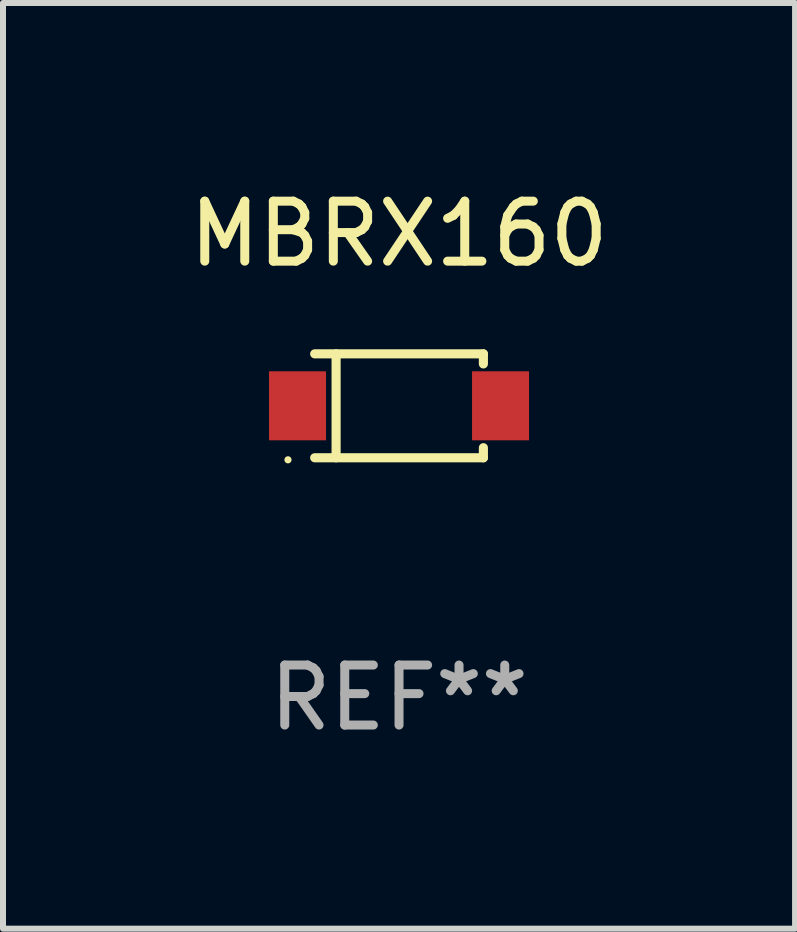
<source format=kicad_pcb>
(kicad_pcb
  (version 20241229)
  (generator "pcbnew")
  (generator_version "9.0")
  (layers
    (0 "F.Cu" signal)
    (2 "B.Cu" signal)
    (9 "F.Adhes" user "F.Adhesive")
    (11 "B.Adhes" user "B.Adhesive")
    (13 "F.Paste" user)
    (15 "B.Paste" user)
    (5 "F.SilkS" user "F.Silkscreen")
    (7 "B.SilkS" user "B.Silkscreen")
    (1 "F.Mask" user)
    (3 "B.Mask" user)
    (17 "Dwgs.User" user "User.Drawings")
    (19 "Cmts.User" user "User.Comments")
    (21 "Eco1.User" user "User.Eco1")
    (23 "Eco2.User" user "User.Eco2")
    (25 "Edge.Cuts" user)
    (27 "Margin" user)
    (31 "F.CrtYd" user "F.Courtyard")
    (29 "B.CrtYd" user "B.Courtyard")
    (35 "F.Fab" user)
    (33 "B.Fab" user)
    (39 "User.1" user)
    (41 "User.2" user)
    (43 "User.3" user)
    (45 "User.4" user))
  (footprint "MBRX160"
    (layer "F.Cu")
    (at 3.601 3.714)
    (property "Reference" "MBRX160" (at 0 -2.866 0) (layer "F.SilkS") (effects (font (size 1 1) (thickness 0.15))))
    (attr through_hole)
    (fp_line (start -1.406 -0.866) (end 1.406 -0.866) (stroke (width 0.152) (type solid)) (layer "F.SilkS"))
    (fp_line (start -1.406 0.866) (end 1.406 0.866) (stroke (width 0.152) (type solid)) (layer "F.SilkS"))
    (fp_line (start -1.049 -0.866) (end -1.049 0.866) (stroke (width 0.152) (type solid)) (layer "F.SilkS"))
    (fp_line (start 1.406 -0.866) (end 1.406 -0.698) (stroke (width 0.152) (type solid)) (layer "F.SilkS"))
    (fp_line (start 1.406 0.866) (end 1.406 0.698) (stroke (width 0.152) (type solid)) (layer "F.SilkS"))
    (fp_circle (center -1.851 0.9) (end -1.821 0.9) (stroke (width 0.06) (type solid)) (fill no) (layer "F.SilkS"))
    (fp_text user "REF**" (at 0 4.866 0) (layer "F.Fab") (effects (font (size 1 1) (thickness 0.15))))
    (pad "1" smd rect (at -1.692 0) (size 0.95 1.15) (layers "F.Cu" "F.Mask" "F.Paste"))
    (pad "2" smd rect (at 1.692 0) (size 0.95 1.15) (layers "F.Cu" "F.Mask" "F.Paste")))
  (gr_rect
    (start -3 -3)
    (end 10.202 12.429)
    (stroke (width 0.1) (type default))
    (fill no)
    (layer "Edge.Cuts")))
</source>
